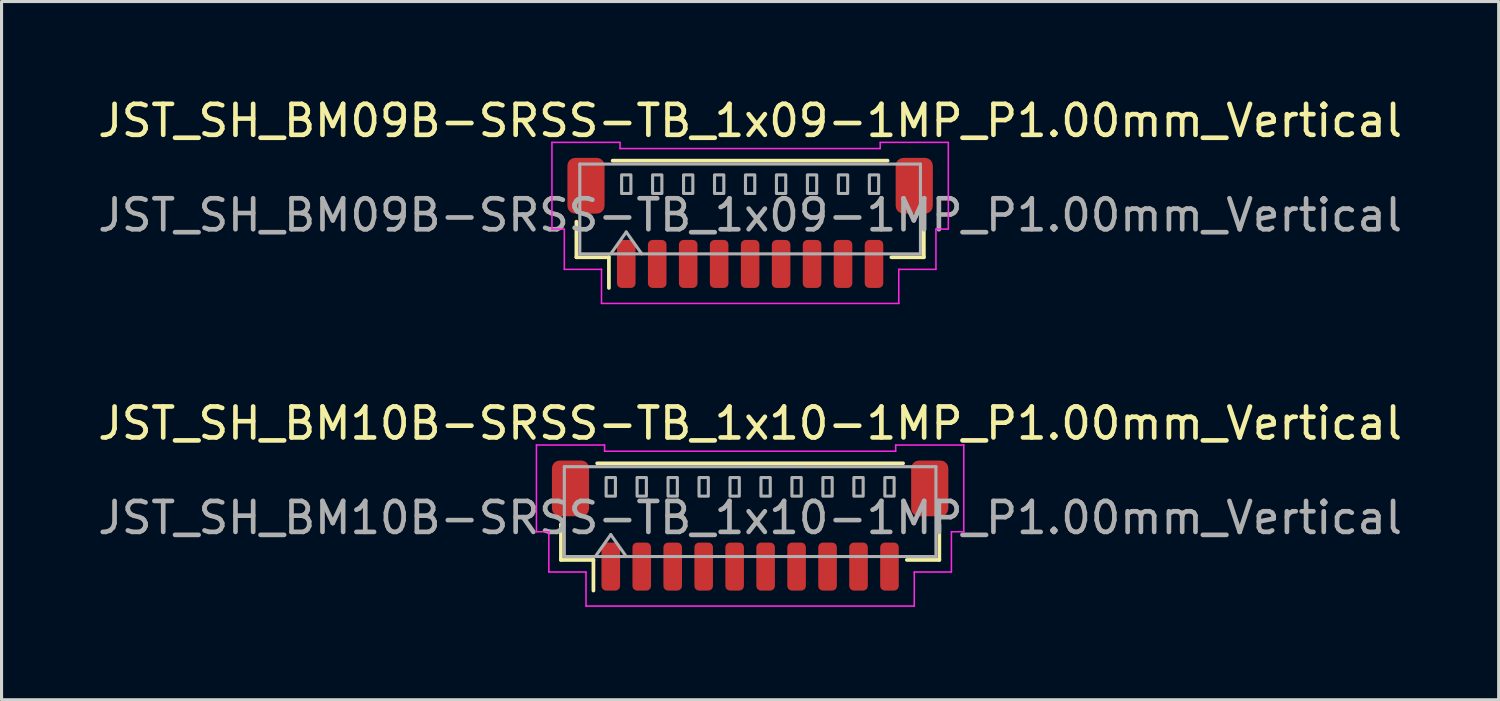
<source format=kicad_pcb>
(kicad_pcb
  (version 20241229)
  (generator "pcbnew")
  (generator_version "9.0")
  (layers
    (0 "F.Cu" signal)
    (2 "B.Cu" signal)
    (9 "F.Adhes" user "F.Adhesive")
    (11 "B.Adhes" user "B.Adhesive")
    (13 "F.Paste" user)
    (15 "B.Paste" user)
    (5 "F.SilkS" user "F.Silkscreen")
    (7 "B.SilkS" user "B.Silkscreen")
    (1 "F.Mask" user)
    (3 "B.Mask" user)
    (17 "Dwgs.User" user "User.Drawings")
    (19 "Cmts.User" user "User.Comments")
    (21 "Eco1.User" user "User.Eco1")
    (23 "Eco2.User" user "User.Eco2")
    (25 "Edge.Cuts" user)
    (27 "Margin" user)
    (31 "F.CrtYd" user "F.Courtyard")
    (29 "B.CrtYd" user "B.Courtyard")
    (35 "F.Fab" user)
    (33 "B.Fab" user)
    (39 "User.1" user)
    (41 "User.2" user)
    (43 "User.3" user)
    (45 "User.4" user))
  (footprint "JST_SH_BM09B-SRSS-TB_1x09-1MP_P1.00mm_Vertical"
    (layer "F.Cu")
    (at 21.173 4.148)
    (property "Reference" "JST_SH_BM09B-SRSS-TB_1x09-1MP_P1.00mm_Vertical" (at 0 -3.3 0) (layer "F.SilkS") (effects (font (size 1 1) (thickness 0.15))))
    (attr smd)
    (fp_line (start -5.61 -0.04) (end -5.61 1.11) (stroke (width 0.12) (type solid)) (layer "F.SilkS"))
    (fp_line (start -5.61 1.11) (end -4.56 1.11) (stroke (width 0.12) (type solid)) (layer "F.SilkS"))
    (fp_line (start -4.56 1.11) (end -4.56 2.1) (stroke (width 0.12) (type solid)) (layer "F.SilkS"))
    (fp_line (start -4.44 -2.01) (end 4.44 -2.01) (stroke (width 0.12) (type solid)) (layer "F.SilkS"))
    (fp_line (start 5.61 -0.04) (end 5.61 1.11) (stroke (width 0.12) (type solid)) (layer "F.SilkS"))
    (fp_line (start 5.61 1.11) (end 4.56 1.11) (stroke (width 0.12) (type solid)) (layer "F.SilkS"))
    (fp_line (start -6.4 -2.6) (end -4.2 -2.6) (stroke (width 0.05) (type solid)) (layer "F.CrtYd"))
    (fp_line (start -6.4 0.2) (end -6.4 -2.6) (stroke (width 0.05) (type solid)) (layer "F.CrtYd"))
    (fp_line (start -6 0.2) (end -6.4 0.2) (stroke (width 0.05) (type solid)) (layer "F.CrtYd"))
    (fp_line (start -6 1.5) (end -6 0.2) (stroke (width 0.05) (type solid)) (layer "F.CrtYd"))
    (fp_line (start -4.8 1.5) (end -6 1.5) (stroke (width 0.05) (type solid)) (layer "F.CrtYd"))
    (fp_line (start -4.8 2.6) (end -4.8 1.5) (stroke (width 0.05) (type solid)) (layer "F.CrtYd"))
    (fp_line (start -4.2 -2.6) (end -4.2 -2.4) (stroke (width 0.05) (type solid)) (layer "F.CrtYd"))
    (fp_line (start -4.2 -2.4) (end 4.2 -2.4) (stroke (width 0.05) (type solid)) (layer "F.CrtYd"))
    (fp_line (start 4.2 -2.6) (end 6.4 -2.6) (stroke (width 0.05) (type solid)) (layer "F.CrtYd"))
    (fp_line (start 4.2 -2.4) (end 4.2 -2.6) (stroke (width 0.05) (type solid)) (layer "F.CrtYd"))
    (fp_line (start 4.8 1.5) (end 4.8 2.6) (stroke (width 0.05) (type solid)) (layer "F.CrtYd"))
    (fp_line (start 4.8 2.6) (end -4.8 2.6) (stroke (width 0.05) (type solid)) (layer "F.CrtYd"))
    (fp_line (start 6 0.2) (end 6 1.5) (stroke (width 0.05) (type solid)) (layer "F.CrtYd"))
    (fp_line (start 6 1.5) (end 4.8 1.5) (stroke (width 0.05) (type solid)) (layer "F.CrtYd"))
    (fp_line (start 6.4 -2.6) (end 6.4 0.2) (stroke (width 0.05) (type solid)) (layer "F.CrtYd"))
    (fp_line (start 6.4 0.2) (end 6 0.2) (stroke (width 0.05) (type solid)) (layer "F.CrtYd"))
    (fp_line (start -5.5 -1.9) (end 5.5 -1.9) (stroke (width 0.1) (type solid)) (layer "F.Fab"))
    (fp_line (start -5.5 1) (end -5.5 -1.9) (stroke (width 0.1) (type solid)) (layer "F.Fab"))
    (fp_line (start -5.5 1) (end 5.5 1) (stroke (width 0.1) (type solid)) (layer "F.Fab"))
    (fp_line (start -4.5 1) (end -4 0.293) (stroke (width 0.1) (type solid)) (layer "F.Fab"))
    (fp_line (start -4 0.293) (end -3.5 1) (stroke (width 0.1) (type solid)) (layer "F.Fab"))
    (fp_line (start 5.5 1) (end 5.5 -1.9) (stroke (width 0.1) (type solid)) (layer "F.Fab"))
    (fp_rect (start -4.15 -1.55) (end -3.85 -0.95) (stroke (width 0.1) (type solid)) (fill no) (layer "F.Fab"))
    (fp_rect (start -3.15 -1.55) (end -2.85 -0.95) (stroke (width 0.1) (type solid)) (fill no) (layer "F.Fab"))
    (fp_rect (start -2.15 -1.55) (end -1.85 -0.95) (stroke (width 0.1) (type solid)) (fill no) (layer "F.Fab"))
    (fp_rect (start -1.15 -1.55) (end -0.85 -0.95) (stroke (width 0.1) (type solid)) (fill no) (layer "F.Fab"))
    (fp_rect (start -0.15 -1.55) (end 0.15 -0.95) (stroke (width 0.1) (type solid)) (fill no) (layer "F.Fab"))
    (fp_rect (start 0.85 -1.55) (end 1.15 -0.95) (stroke (width 0.1) (type solid)) (fill no) (layer "F.Fab"))
    (fp_rect (start 1.85 -1.55) (end 2.15 -0.95) (stroke (width 0.1) (type solid)) (fill no) (layer "F.Fab"))
    (fp_rect (start 2.85 -1.55) (end 3.15 -0.95) (stroke (width 0.1) (type solid)) (fill no) (layer "F.Fab"))
    (fp_rect (start 3.85 -1.55) (end 4.15 -0.95) (stroke (width 0.1) (type solid)) (fill no) (layer "F.Fab"))
    (fp_text user "${REFERENCE}" (at 0 -0.25 0) (layer "F.Fab") (effects (font (size 1 1) (thickness 0.15))))
    (pad "1" smd roundrect (at -4 1.325) (size 0.6 1.55) (layers "F.Cu" "F.Mask" "F.Paste") (roundrect_rratio 0.25))
    (pad "2" smd roundrect (at -3 1.325) (size 0.6 1.55) (layers "F.Cu" "F.Mask" "F.Paste") (roundrect_rratio 0.25))
    (pad "3" smd roundrect (at -2 1.325) (size 0.6 1.55) (layers "F.Cu" "F.Mask" "F.Paste") (roundrect_rratio 0.25))
    (pad "4" smd roundrect (at -1 1.325) (size 0.6 1.55) (layers "F.Cu" "F.Mask" "F.Paste") (roundrect_rratio 0.25))
    (pad "5" smd roundrect (at 0 1.325) (size 0.6 1.55) (layers "F.Cu" "F.Mask" "F.Paste") (roundrect_rratio 0.25))
    (pad "6" smd roundrect (at 1 1.325) (size 0.6 1.55) (layers "F.Cu" "F.Mask" "F.Paste") (roundrect_rratio 0.25))
    (pad "7" smd roundrect (at 2 1.325) (size 0.6 1.55) (layers "F.Cu" "F.Mask" "F.Paste") (roundrect_rratio 0.25))
    (pad "8" smd roundrect (at 3 1.325) (size 0.6 1.55) (layers "F.Cu" "F.Mask" "F.Paste") (roundrect_rratio 0.25))
    (pad "9" smd roundrect (at 4 1.325) (size 0.6 1.55) (layers "F.Cu" "F.Mask" "F.Paste") (roundrect_rratio 0.25))
    (pad "MP" smd roundrect (at -5.3 -1.2) (size 1.2 1.8) (layers "F.Cu" "F.Mask" "F.Paste") (roundrect_rratio 0.208))
    (pad "MP" smd roundrect (at 5.3 -1.2) (size 1.2 1.8) (layers "F.Cu" "F.Mask" "F.Paste") (roundrect_rratio 0.208)))
  (footprint "JST_SH_BM10B-SRSS-TB_1x10-1MP_P1.00mm_Vertical"
    (layer "F.Cu")
    (at 21.173 13.921)
    (property "Reference" "JST_SH_BM10B-SRSS-TB_1x10-1MP_P1.00mm_Vertical" (at 0 -3.3 0) (layer "F.SilkS") (effects (font (size 1 1) (thickness 0.15))))
    (attr smd)
    (fp_line (start -6.11 -0.04) (end -6.11 1.11) (stroke (width 0.12) (type solid)) (layer "F.SilkS"))
    (fp_line (start -6.11 1.11) (end -5.06 1.11) (stroke (width 0.12) (type solid)) (layer "F.SilkS"))
    (fp_line (start -5.06 1.11) (end -5.06 2.1) (stroke (width 0.12) (type solid)) (layer "F.SilkS"))
    (fp_line (start -4.94 -2.01) (end 4.94 -2.01) (stroke (width 0.12) (type solid)) (layer "F.SilkS"))
    (fp_line (start 6.11 -0.04) (end 6.11 1.11) (stroke (width 0.12) (type solid)) (layer "F.SilkS"))
    (fp_line (start 6.11 1.11) (end 5.06 1.11) (stroke (width 0.12) (type solid)) (layer "F.SilkS"))
    (fp_line (start -6.9 -2.6) (end -4.7 -2.6) (stroke (width 0.05) (type solid)) (layer "F.CrtYd"))
    (fp_line (start -6.9 0.2) (end -6.9 -2.6) (stroke (width 0.05) (type solid)) (layer "F.CrtYd"))
    (fp_line (start -6.5 0.2) (end -6.9 0.2) (stroke (width 0.05) (type solid)) (layer "F.CrtYd"))
    (fp_line (start -6.5 1.5) (end -6.5 0.2) (stroke (width 0.05) (type solid)) (layer "F.CrtYd"))
    (fp_line (start -5.3 1.5) (end -6.5 1.5) (stroke (width 0.05) (type solid)) (layer "F.CrtYd"))
    (fp_line (start -5.3 2.6) (end -5.3 1.5) (stroke (width 0.05) (type solid)) (layer "F.CrtYd"))
    (fp_line (start -4.7 -2.6) (end -4.7 -2.4) (stroke (width 0.05) (type solid)) (layer "F.CrtYd"))
    (fp_line (start -4.7 -2.4) (end 4.7 -2.4) (stroke (width 0.05) (type solid)) (layer "F.CrtYd"))
    (fp_line (start 4.7 -2.6) (end 6.9 -2.6) (stroke (width 0.05) (type solid)) (layer "F.CrtYd"))
    (fp_line (start 4.7 -2.4) (end 4.7 -2.6) (stroke (width 0.05) (type solid)) (layer "F.CrtYd"))
    (fp_line (start 5.3 1.5) (end 5.3 2.6) (stroke (width 0.05) (type solid)) (layer "F.CrtYd"))
    (fp_line (start 5.3 2.6) (end -5.3 2.6) (stroke (width 0.05) (type solid)) (layer "F.CrtYd"))
    (fp_line (start 6.5 0.2) (end 6.5 1.5) (stroke (width 0.05) (type solid)) (layer "F.CrtYd"))
    (fp_line (start 6.5 1.5) (end 5.3 1.5) (stroke (width 0.05) (type solid)) (layer "F.CrtYd"))
    (fp_line (start 6.9 -2.6) (end 6.9 0.2) (stroke (width 0.05) (type solid)) (layer "F.CrtYd"))
    (fp_line (start 6.9 0.2) (end 6.5 0.2) (stroke (width 0.05) (type solid)) (layer "F.CrtYd"))
    (fp_line (start -6 -1.9) (end 6 -1.9) (stroke (width 0.1) (type solid)) (layer "F.Fab"))
    (fp_line (start -6 1) (end -6 -1.9) (stroke (width 0.1) (type solid)) (layer "F.Fab"))
    (fp_line (start -6 1) (end 6 1) (stroke (width 0.1) (type solid)) (layer "F.Fab"))
    (fp_line (start -5 1) (end -4.5 0.293) (stroke (width 0.1) (type solid)) (layer "F.Fab"))
    (fp_line (start -4.5 0.293) (end -4 1) (stroke (width 0.1) (type solid)) (layer "F.Fab"))
    (fp_line (start 6 1) (end 6 -1.9) (stroke (width 0.1) (type solid)) (layer "F.Fab"))
    (fp_rect (start -4.65 -1.55) (end -4.35 -0.95) (stroke (width 0.1) (type solid)) (fill no) (layer "F.Fab"))
    (fp_rect (start -3.65 -1.55) (end -3.35 -0.95) (stroke (width 0.1) (type solid)) (fill no) (layer "F.Fab"))
    (fp_rect (start -2.65 -1.55) (end -2.35 -0.95) (stroke (width 0.1) (type solid)) (fill no) (layer "F.Fab"))
    (fp_rect (start -1.65 -1.55) (end -1.35 -0.95) (stroke (width 0.1) (type solid)) (fill no) (layer "F.Fab"))
    (fp_rect (start -0.65 -1.55) (end -0.35 -0.95) (stroke (width 0.1) (type solid)) (fill no) (layer "F.Fab"))
    (fp_rect (start 0.35 -1.55) (end 0.65 -0.95) (stroke (width 0.1) (type solid)) (fill no) (layer "F.Fab"))
    (fp_rect (start 1.35 -1.55) (end 1.65 -0.95) (stroke (width 0.1) (type solid)) (fill no) (layer "F.Fab"))
    (fp_rect (start 2.35 -1.55) (end 2.65 -0.95) (stroke (width 0.1) (type solid)) (fill no) (layer "F.Fab"))
    (fp_rect (start 3.35 -1.55) (end 3.65 -0.95) (stroke (width 0.1) (type solid)) (fill no) (layer "F.Fab"))
    (fp_rect (start 4.35 -1.55) (end 4.65 -0.95) (stroke (width 0.1) (type solid)) (fill no) (layer "F.Fab"))
    (fp_text user "${REFERENCE}" (at 0 -0.25 0) (layer "F.Fab") (effects (font (size 1 1) (thickness 0.15))))
    (pad "1" smd roundrect (at -4.5 1.325) (size 0.6 1.55) (layers "F.Cu" "F.Mask" "F.Paste") (roundrect_rratio 0.25))
    (pad "2" smd roundrect (at -3.5 1.325) (size 0.6 1.55) (layers "F.Cu" "F.Mask" "F.Paste") (roundrect_rratio 0.25))
    (pad "3" smd roundrect (at -2.5 1.325) (size 0.6 1.55) (layers "F.Cu" "F.Mask" "F.Paste") (roundrect_rratio 0.25))
    (pad "4" smd roundrect (at -1.5 1.325) (size 0.6 1.55) (layers "F.Cu" "F.Mask" "F.Paste") (roundrect_rratio 0.25))
    (pad "5" smd roundrect (at -0.5 1.325) (size 0.6 1.55) (layers "F.Cu" "F.Mask" "F.Paste") (roundrect_rratio 0.25))
    (pad "6" smd roundrect (at 0.5 1.325) (size 0.6 1.55) (layers "F.Cu" "F.Mask" "F.Paste") (roundrect_rratio 0.25))
    (pad "7" smd roundrect (at 1.5 1.325) (size 0.6 1.55) (layers "F.Cu" "F.Mask" "F.Paste") (roundrect_rratio 0.25))
    (pad "8" smd roundrect (at 2.5 1.325) (size 0.6 1.55) (layers "F.Cu" "F.Mask" "F.Paste") (roundrect_rratio 0.25))
    (pad "9" smd roundrect (at 3.5 1.325) (size 0.6 1.55) (layers "F.Cu" "F.Mask" "F.Paste") (roundrect_rratio 0.25))
    (pad "10" smd roundrect (at 4.5 1.325) (size 0.6 1.55) (layers "F.Cu" "F.Mask" "F.Paste") (roundrect_rratio 0.25))
    (pad "MP" smd roundrect (at -5.8 -1.2) (size 1.2 1.8) (layers "F.Cu" "F.Mask" "F.Paste") (roundrect_rratio 0.208))
    (pad "MP" smd roundrect (at 5.8 -1.2) (size 1.2 1.8) (layers "F.Cu" "F.Mask" "F.Paste") (roundrect_rratio 0.208)))
  (gr_rect
    (start -3 -3)
    (end 45.345 19.547)
    (stroke (width 0.1) (type default))
    (fill no)
    (layer "Edge.Cuts")))
</source>
